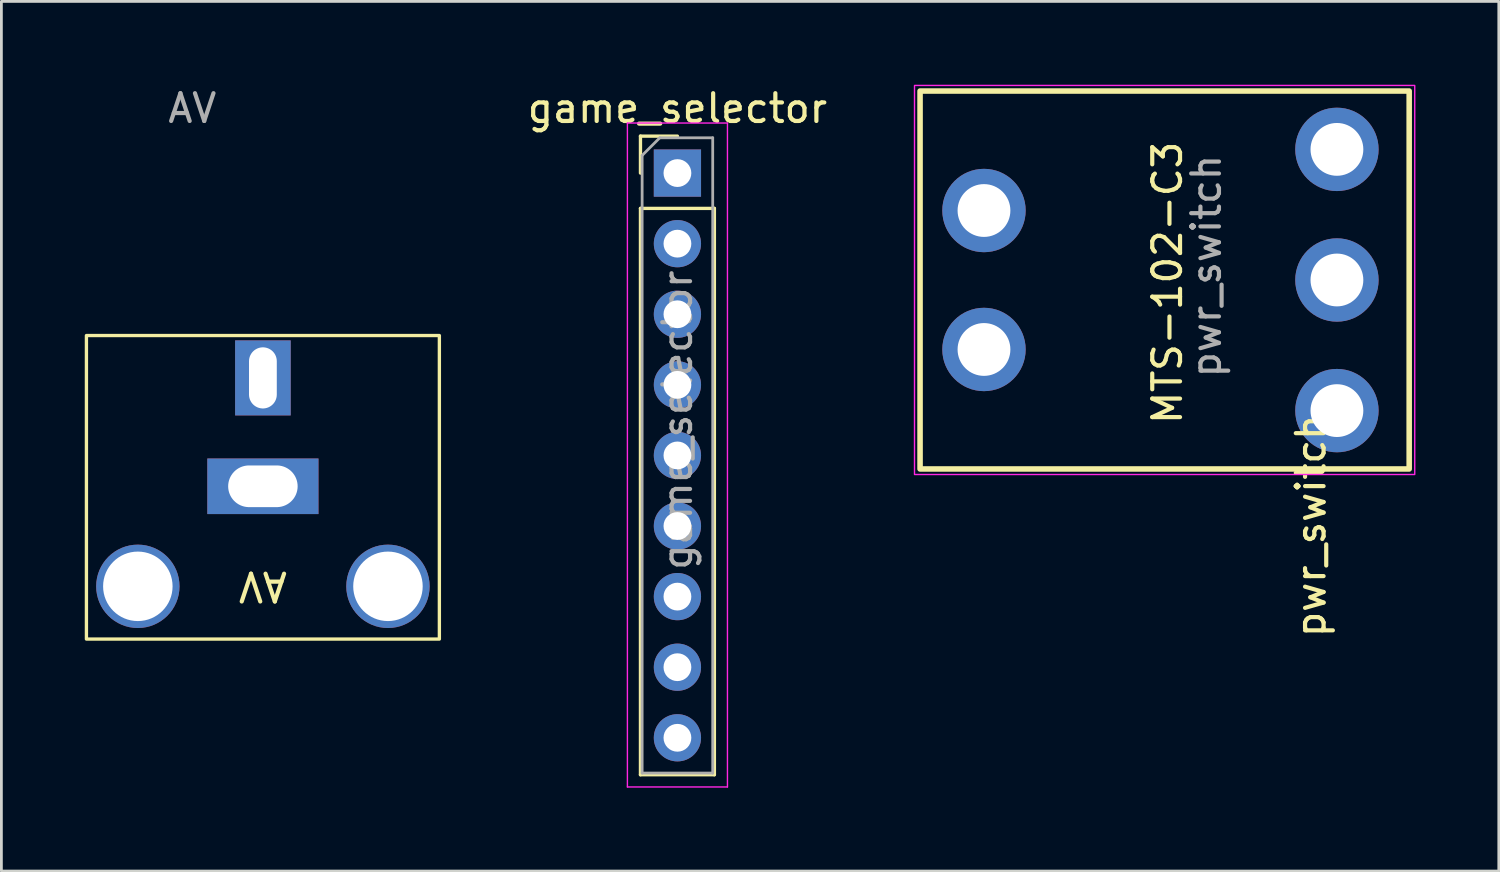
<source format=kicad_pcb>
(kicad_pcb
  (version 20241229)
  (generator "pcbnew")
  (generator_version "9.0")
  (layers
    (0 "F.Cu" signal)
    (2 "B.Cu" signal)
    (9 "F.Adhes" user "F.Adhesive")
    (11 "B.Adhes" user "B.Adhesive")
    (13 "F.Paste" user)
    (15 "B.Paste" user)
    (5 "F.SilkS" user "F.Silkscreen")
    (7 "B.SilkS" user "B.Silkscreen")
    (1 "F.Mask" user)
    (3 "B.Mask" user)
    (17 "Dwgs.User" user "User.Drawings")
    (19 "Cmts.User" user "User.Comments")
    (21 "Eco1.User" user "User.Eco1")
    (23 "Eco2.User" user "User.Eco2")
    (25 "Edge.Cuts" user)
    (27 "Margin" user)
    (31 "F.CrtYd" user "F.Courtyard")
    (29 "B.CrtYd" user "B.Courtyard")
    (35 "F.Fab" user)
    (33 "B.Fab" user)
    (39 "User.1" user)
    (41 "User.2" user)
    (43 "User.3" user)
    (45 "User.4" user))
  (footprint "game_selector"
    (layer "F.Cu")
    (at 21.326 3.178)
    (property "Reference" "game_selector" (at 0 -2.33 0) (layer "F.SilkS") (effects (font (size 1 1) (thickness 0.15))))
    (attr through_hole)
    (fp_line (start -1.33 -1.33) (end 0 -1.33) (stroke (width 0.12) (type solid)) (layer "F.SilkS"))
    (fp_line (start -1.33 0) (end -1.33 -1.33) (stroke (width 0.12) (type solid)) (layer "F.SilkS"))
    (fp_line (start -1.33 1.27) (end -1.33 21.65) (stroke (width 0.12) (type solid)) (layer "F.SilkS"))
    (fp_line (start -1.33 1.27) (end 1.33 1.27) (stroke (width 0.12) (type solid)) (layer "F.SilkS"))
    (fp_line (start -1.33 21.65) (end 1.33 21.65) (stroke (width 0.12) (type solid)) (layer "F.SilkS"))
    (fp_line (start 1.33 1.27) (end 1.33 21.65) (stroke (width 0.12) (type solid)) (layer "F.SilkS"))
    (fp_line (start -1.8 -1.8) (end -1.8 22.09) (stroke (width 0.05) (type solid)) (layer "F.CrtYd"))
    (fp_line (start -1.8 22.09) (end 1.8 22.09) (stroke (width 0.05) (type solid)) (layer "F.CrtYd"))
    (fp_line (start 1.8 -1.8) (end -1.8 -1.8) (stroke (width 0.05) (type solid)) (layer "F.CrtYd"))
    (fp_line (start 1.8 22.09) (end 1.8 -1.8) (stroke (width 0.05) (type solid)) (layer "F.CrtYd"))
    (fp_line (start -1.27 -0.635) (end -0.635 -1.27) (stroke (width 0.1) (type solid)) (layer "F.Fab"))
    (fp_line (start -1.27 21.59) (end -1.27 -0.635) (stroke (width 0.1) (type solid)) (layer "F.Fab"))
    (fp_line (start -0.635 -1.27) (end 1.27 -1.27) (stroke (width 0.1) (type solid)) (layer "F.Fab"))
    (fp_line (start 1.27 -1.27) (end 1.27 21.59) (stroke (width 0.1) (type solid)) (layer "F.Fab"))
    (fp_line (start 1.27 21.59) (end -1.27 21.59) (stroke (width 0.1) (type solid)) (layer "F.Fab"))
    (fp_text user "${REFERENCE}" (at 0 8.89 90) (layer "F.Fab") (effects (font (size 1 1) (thickness 0.15))))
    (pad "1" thru_hole rect (at 0 0) (size 1.7 1.7) (drill 1) (layers "*.Cu" "*.Mask"))
    (pad "2" thru_hole oval (at 0 2.54) (size 1.7 1.7) (drill 1) (layers "*.Cu" "*.Mask"))
    (pad "3" thru_hole oval (at 0 5.08) (size 1.7 1.7) (drill 1) (layers "*.Cu" "*.Mask"))
    (pad "4" thru_hole oval (at 0 7.62) (size 1.7 1.7) (drill 1) (layers "*.Cu" "*.Mask"))
    (pad "5" thru_hole oval (at 0 10.16) (size 1.7 1.7) (drill 1) (layers "*.Cu" "*.Mask"))
    (pad "6" thru_hole oval (at 0 12.7) (size 1.7 1.7) (drill 1) (layers "*.Cu" "*.Mask"))
    (pad "7" thru_hole oval (at 0 15.24) (size 1.7 1.7) (drill 1) (layers "*.Cu" "*.Mask"))
    (pad "8" thru_hole oval (at 0 17.78) (size 1.7 1.7) (drill 1) (layers "*.Cu" "*.Mask"))
    (pad "MP" thru_hole oval (at 0 20.32) (size 1.7 1.7) (drill 1) (layers "*.Cu" "*.Mask")))
  (footprint "pwr_switch"
    (layer "F.Cu")
    (at 32.357 4.525)
    (property "Reference" "pwr_switch" (at 11.765 11.345 90) (unlocked yes) (layer "F.SilkS") (effects (font (size 1 1) (thickness 0.15))))
    (attr through_hole)
    (fp_rect (start -2.3 -4.3) (end 15.3 9.3) (stroke (width 0.2) (type solid)) (fill no) (layer "F.SilkS"))
    (fp_rect (start -2.5 -4.5) (end 15.5 9.5) (stroke (width 0.05) (type solid)) (fill no) (layer "F.CrtYd"))
    (fp_text user "MTS-102-C3" (at 6.6 2.6 90) (unlocked yes) (layer "F.SilkS") (effects (font (size 1 1) (thickness 0.15))))
    (fp_text user "${REFERENCE}" (at 8 2 90) (unlocked yes) (layer "F.Fab") (effects (font (size 1 1) (thickness 0.15))))
    (pad "" thru_hole circle (at 0 0) (size 3 3) (drill 1.9) (layers "*.Cu" "*.Mask"))
    (pad "" thru_hole circle (at 0 5) (size 3 3) (drill 1.9) (layers "*.Cu" "*.Mask"))
    (pad "1" thru_hole circle (at 12.7 -2.2) (size 3 3) (drill 1.9) (layers "*.Cu" "*.Mask"))
    (pad "2" thru_hole circle (at 12.7 2.5) (size 3 3) (drill 1.9) (layers "*.Cu" "*.Mask"))
    (pad "3" thru_hole circle (at 12.7 7.2) (size 3 3) (drill 1.9) (layers "*.Cu" "*.Mask")))
  (footprint "AV"
    (layer "F.Cu")
    (at 6.41 10.548)
    (property "Reference" "AV" (at 0 7.5 180) (unlocked yes) (layer "F.SilkS") (effects (font (size 1 1) (thickness 0.15))))
    (attr through_hole)
    (fp_rect (start -6.35 -1.524) (end 6.35 9.398) (stroke (width 0.12) (type solid)) (fill no) (layer "F.SilkS"))
    (fp_text user "${REFERENCE}" (at -2.54 -9.7 0) (unlocked yes) (layer "F.Fab") (effects (font (size 1 1) (thickness 0.15))))
    (pad "" thru_hole circle (at -4.5 7.5) (size 3 3) (drill 2.5) (layers "*.Cu" "*.Mask"))
    (pad "" thru_hole circle (at 4.5 7.5) (size 3 3) (drill 2.5) (layers "*.Cu" "*.Mask"))
    (pad "1" thru_hole rect (at 0 0 180) (size 2 2.7) (drill oval 1 2.2) (layers "*.Cu" "*.Mask"))
    (pad "2" thru_hole rect (at 0 3.9 180) (size 4 2) (drill oval 2.5 1.5) (layers "*.Cu" "*.Mask")))
  (gr_rect
    (start -3 -3)
    (end 50.882 28.293)
    (stroke (width 0.1) (type default))
    (fill no)
    (layer "Edge.Cuts")))
</source>
